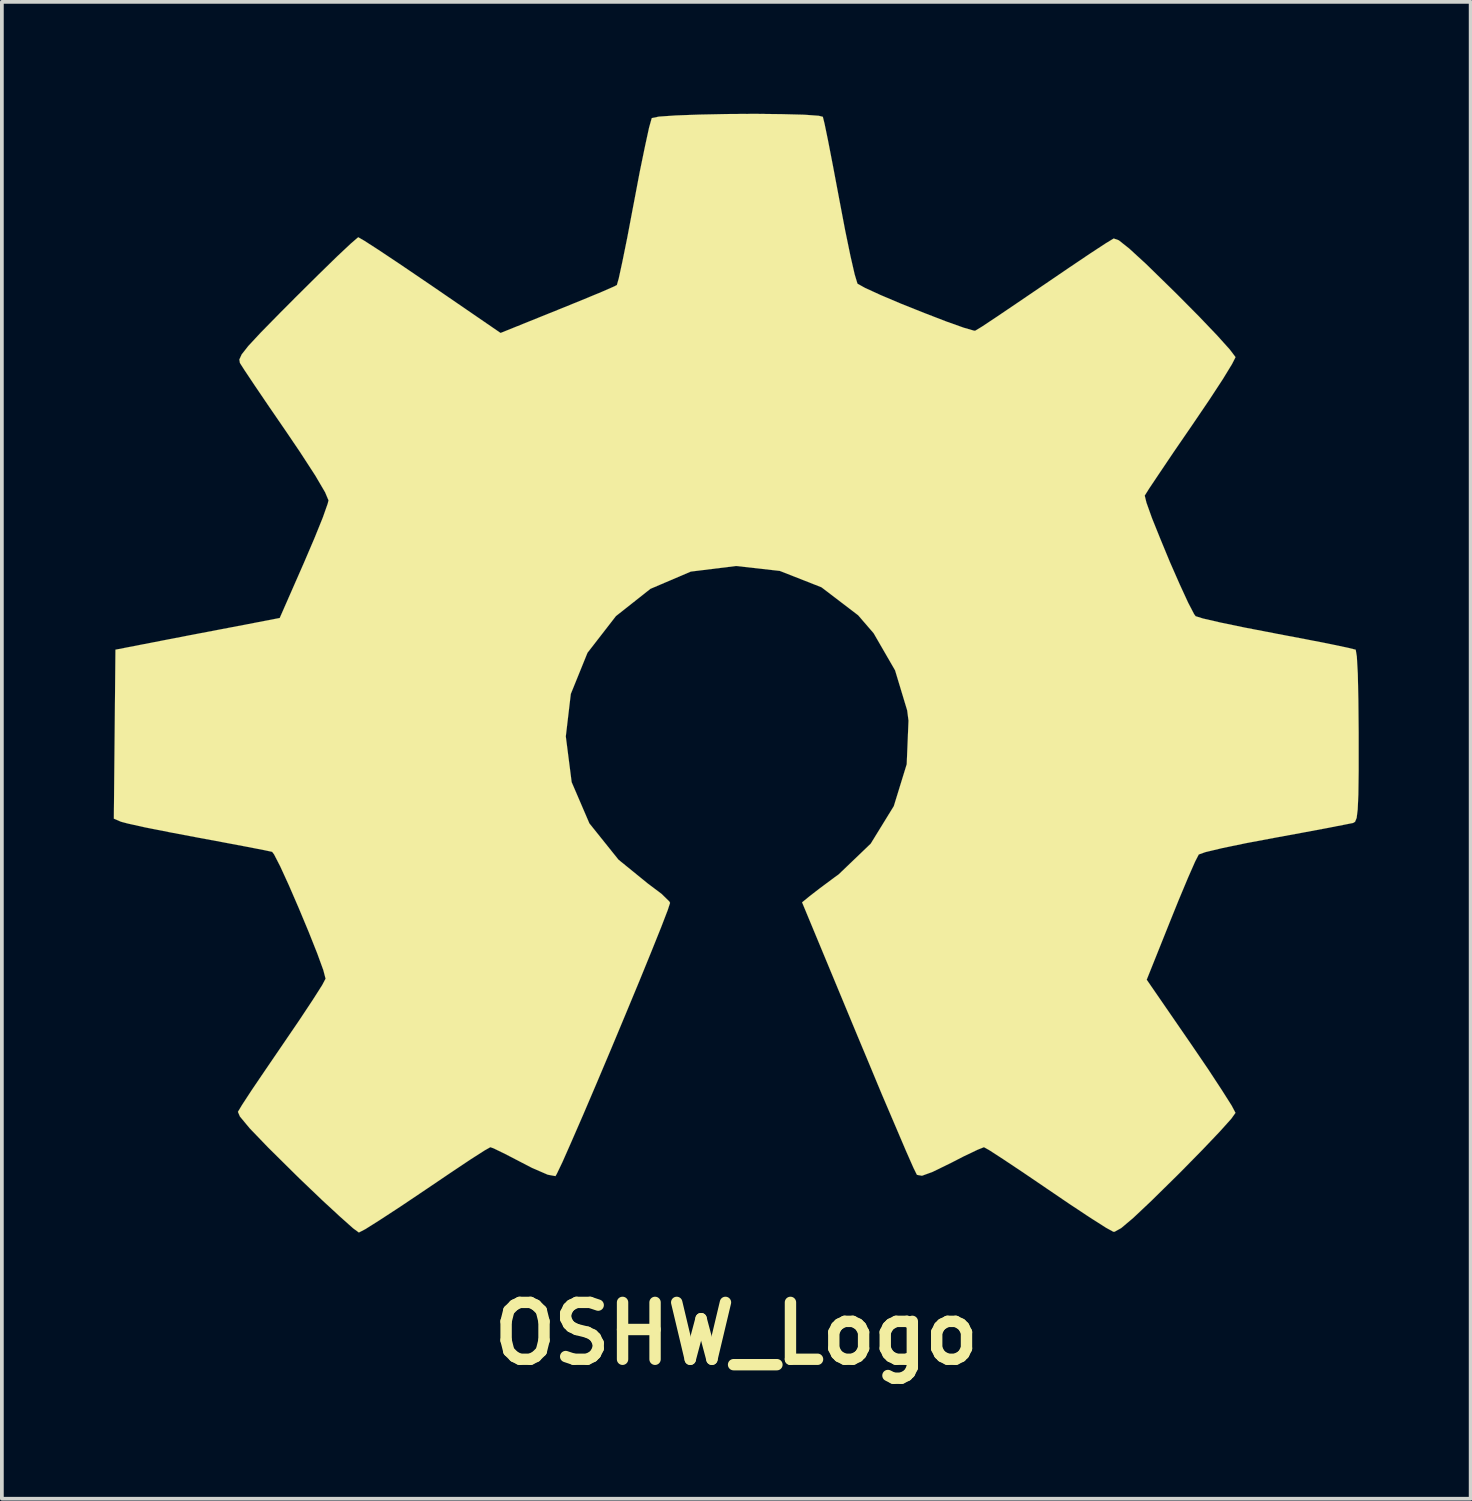
<source format=kicad_pcb>
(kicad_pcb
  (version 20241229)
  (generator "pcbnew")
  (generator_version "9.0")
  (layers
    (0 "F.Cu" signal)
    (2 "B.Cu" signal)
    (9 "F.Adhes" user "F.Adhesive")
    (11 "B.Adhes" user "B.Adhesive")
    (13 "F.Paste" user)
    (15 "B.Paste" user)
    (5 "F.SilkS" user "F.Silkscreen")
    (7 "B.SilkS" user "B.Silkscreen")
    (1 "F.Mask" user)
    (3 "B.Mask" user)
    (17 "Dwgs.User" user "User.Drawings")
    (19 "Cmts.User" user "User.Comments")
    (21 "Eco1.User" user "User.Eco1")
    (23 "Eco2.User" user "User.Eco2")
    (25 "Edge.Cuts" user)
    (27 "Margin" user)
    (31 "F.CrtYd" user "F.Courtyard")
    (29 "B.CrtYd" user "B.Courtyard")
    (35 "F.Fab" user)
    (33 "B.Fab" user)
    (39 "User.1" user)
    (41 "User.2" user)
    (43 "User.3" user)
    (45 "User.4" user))
  (footprint "OSHW_Logo"
    (layer "F.Cu")
    (at 16.681 14.992)
    (property "Reference" "OSHW_Logo" (at 0 17.694 0) (layer "F.SilkS") (effects (font (size 1.524 1.524) (thickness 0.305))))
    (attr through_hole)
    (fp_poly (pts (xy -10.114 14.986) (xy -9.939 14.895) (xy -9.548 14.648) (xy -8.992 14.285) (xy -8.334 13.843) (xy -7.673 13.396) (xy -7.13 13.033) (xy -6.749 12.789) (xy -6.591 12.7) (xy -6.505 12.73) (xy -6.19 12.883) (xy -5.735 13.119) (xy -5.471 13.256) (xy -5.052 13.437) (xy -4.846 13.475) (xy -4.811 13.416) (xy -4.658 13.096) (xy -4.417 12.55) (xy -4.102 11.826) (xy -3.741 10.98) (xy -3.355 10.066) (xy -2.967 9.136) (xy -2.598 8.247) (xy -2.273 7.45) (xy -2.012 6.8) (xy -1.839 6.35) (xy -1.775 6.154) (xy -1.796 6.114) (xy -2.004 5.911) (xy -2.37 5.636) (xy -3.157 4.996) (xy -3.937 4.023) (xy -4.412 2.918) (xy -4.569 1.692) (xy -4.435 0.554) (xy -3.988 -0.549) (xy -3.226 -1.532) (xy -2.301 -2.263) (xy -1.219 -2.725) (xy -0.005 -2.875) (xy 1.166 -2.743) (xy 2.283 -2.304) (xy 3.266 -1.554) (xy 3.68 -1.074) (xy 4.255 -0.079) (xy 4.58 0.996) (xy 4.615 1.27) (xy 4.567 2.438) (xy 4.221 3.561) (xy 3.602 4.567) (xy 2.743 5.39) (xy 2.637 5.466) (xy 2.238 5.763) (xy 1.971 5.969) (xy 1.763 6.139) (xy 3.254 9.731) (xy 3.493 10.302) (xy 3.901 11.283) (xy 4.262 12.129) (xy 4.549 12.802) (xy 4.747 13.251) (xy 4.836 13.432) (xy 4.846 13.442) (xy 4.976 13.465) (xy 5.253 13.365) (xy 5.751 13.122) (xy 6.083 12.951) (xy 6.464 12.769) (xy 6.637 12.7) (xy 6.779 12.779) (xy 7.148 13.018) (xy 7.681 13.373) (xy 8.324 13.81) (xy 8.933 14.224) (xy 9.497 14.597) (xy 9.909 14.859) (xy 10.104 14.966) (xy 10.137 14.966) (xy 10.315 14.867) (xy 10.635 14.597) (xy 11.125 14.135) (xy 11.819 13.452) (xy 11.923 13.348) (xy 12.492 12.769) (xy 12.954 12.283) (xy 13.264 11.938) (xy 13.376 11.781) (xy 13.376 11.778) (xy 13.274 11.585) (xy 13.015 11.176) (xy 12.642 10.607) (xy 12.187 9.939) (xy 10.998 8.212) (xy 11.651 6.581) (xy 11.852 6.083) (xy 12.106 5.476) (xy 12.296 5.044) (xy 12.393 4.856) (xy 12.57 4.793) (xy 13.018 4.686) (xy 13.663 4.552) (xy 14.435 4.407) (xy 15.169 4.272) (xy 15.834 4.148) (xy 16.314 4.054) (xy 16.53 4.011) (xy 16.581 3.98) (xy 16.624 3.876) (xy 16.652 3.65) (xy 16.67 3.246) (xy 16.678 2.611) (xy 16.678 1.692) (xy 16.678 1.593) (xy 16.67 0.714) (xy 16.655 0.015) (xy 16.629 -0.45) (xy 16.599 -0.63) (xy 16.596 -0.632) (xy 16.391 -0.683) (xy 15.921 -0.782) (xy 15.258 -0.912) (xy 14.465 -1.062) (xy 14.417 -1.072) (xy 13.627 -1.224) (xy 12.967 -1.361) (xy 12.504 -1.468) (xy 12.309 -1.529) (xy 12.268 -1.585) (xy 12.108 -1.892) (xy 11.882 -2.383) (xy 11.62 -2.979) (xy 11.364 -3.599) (xy 11.14 -4.155) (xy 10.991 -4.572) (xy 10.945 -4.76) (xy 10.947 -4.765) (xy 11.067 -4.956) (xy 11.339 -5.362) (xy 11.722 -5.931) (xy 12.182 -6.601) (xy 12.217 -6.652) (xy 12.67 -7.32) (xy 13.038 -7.882) (xy 13.284 -8.285) (xy 13.376 -8.466) (xy 13.373 -8.479) (xy 13.223 -8.677) (xy 12.883 -9.055) (xy 12.398 -9.563) (xy 11.814 -10.152) (xy 11.628 -10.335) (xy 10.98 -10.968) (xy 10.528 -11.382) (xy 10.249 -11.603) (xy 10.114 -11.651) (xy 10.109 -11.648) (xy 9.909 -11.527) (xy 9.489 -11.252) (xy 8.915 -10.866) (xy 8.24 -10.406) (xy 8.191 -10.373) (xy 7.526 -9.921) (xy 6.97 -9.545) (xy 6.576 -9.284) (xy 6.403 -9.18) (xy 6.373 -9.18) (xy 6.101 -9.258) (xy 5.629 -9.426) (xy 5.044 -9.652) (xy 4.427 -9.898) (xy 3.868 -10.135) (xy 3.447 -10.328) (xy 3.249 -10.439) (xy 3.244 -10.45) (xy 3.172 -10.688) (xy 3.058 -11.186) (xy 2.916 -11.874) (xy 2.761 -12.69) (xy 2.736 -12.822) (xy 2.586 -13.617) (xy 2.459 -14.272) (xy 2.365 -14.727) (xy 2.319 -14.912) (xy 2.207 -14.94) (xy 1.816 -14.968) (xy 1.224 -14.983) (xy 0.508 -14.991) (xy -0.257 -14.986) (xy -0.993 -14.971) (xy -1.623 -14.948) (xy -2.073 -14.917) (xy -2.261 -14.879) (xy -2.268 -14.869) (xy -2.337 -14.623) (xy -2.446 -14.122) (xy -2.588 -13.432) (xy -2.743 -12.614) (xy -2.771 -12.469) (xy -2.921 -11.676) (xy -3.053 -11.026) (xy -3.15 -10.579) (xy -3.2 -10.404) (xy -3.272 -10.366) (xy -3.599 -10.223) (xy -4.13 -10.003) (xy -4.788 -9.736) (xy -6.317 -9.119) (xy -8.186 -10.401) (xy -8.359 -10.518) (xy -9.032 -10.975) (xy -9.586 -11.344) (xy -9.972 -11.593) (xy -10.13 -11.684) (xy -10.142 -11.676) (xy -10.33 -11.514) (xy -10.701 -11.166) (xy -11.206 -10.673) (xy -11.798 -10.086) (xy -12.233 -9.649) (xy -12.748 -9.124) (xy -13.076 -8.771) (xy -13.254 -8.545) (xy -13.317 -8.407) (xy -13.302 -8.316) (xy -13.18 -8.125) (xy -12.906 -7.714) (xy -12.52 -7.145) (xy -12.065 -6.482) (xy -11.692 -5.931) (xy -11.283 -5.301) (xy -11.019 -4.851) (xy -10.927 -4.633) (xy -10.95 -4.542) (xy -11.079 -4.176) (xy -11.303 -3.622) (xy -11.585 -2.962) (xy -12.235 -1.481) (xy -13.208 -1.293) (xy -13.795 -1.181) (xy -14.618 -1.024) (xy -15.408 -0.871) (xy -16.637 -0.632) (xy -16.68 3.896) (xy -16.49 3.978) (xy -16.309 4.026) (xy -15.852 4.128) (xy -15.202 4.257) (xy -14.435 4.402) (xy -13.78 4.524) (xy -13.122 4.648) (xy -12.649 4.74) (xy -12.438 4.785) (xy -12.385 4.856) (xy -12.22 5.177) (xy -11.989 5.682) (xy -11.725 6.292) (xy -11.46 6.927) (xy -11.229 7.508) (xy -11.067 7.953) (xy -11.006 8.184) (xy -11.097 8.357) (xy -11.344 8.745) (xy -11.709 9.296) (xy -12.156 9.952) (xy -12.603 10.607) (xy -12.982 11.166) (xy -13.246 11.57) (xy -13.355 11.753) (xy -13.302 11.877) (xy -13.038 12.195) (xy -12.545 12.708) (xy -11.811 13.434) (xy -11.692 13.551) (xy -11.105 14.112) (xy -10.612 14.567) (xy -10.267 14.874) (xy -10.114 14.986)) (stroke (width 0.003) (type solid)) (fill yes) (layer "F.SilkS")))
  (gr_rect
    (start -3 -3)
    (end 36.36 37.112)
    (stroke (width 0.1) (type default))
    (fill no)
    (layer "Edge.Cuts")))
</source>
